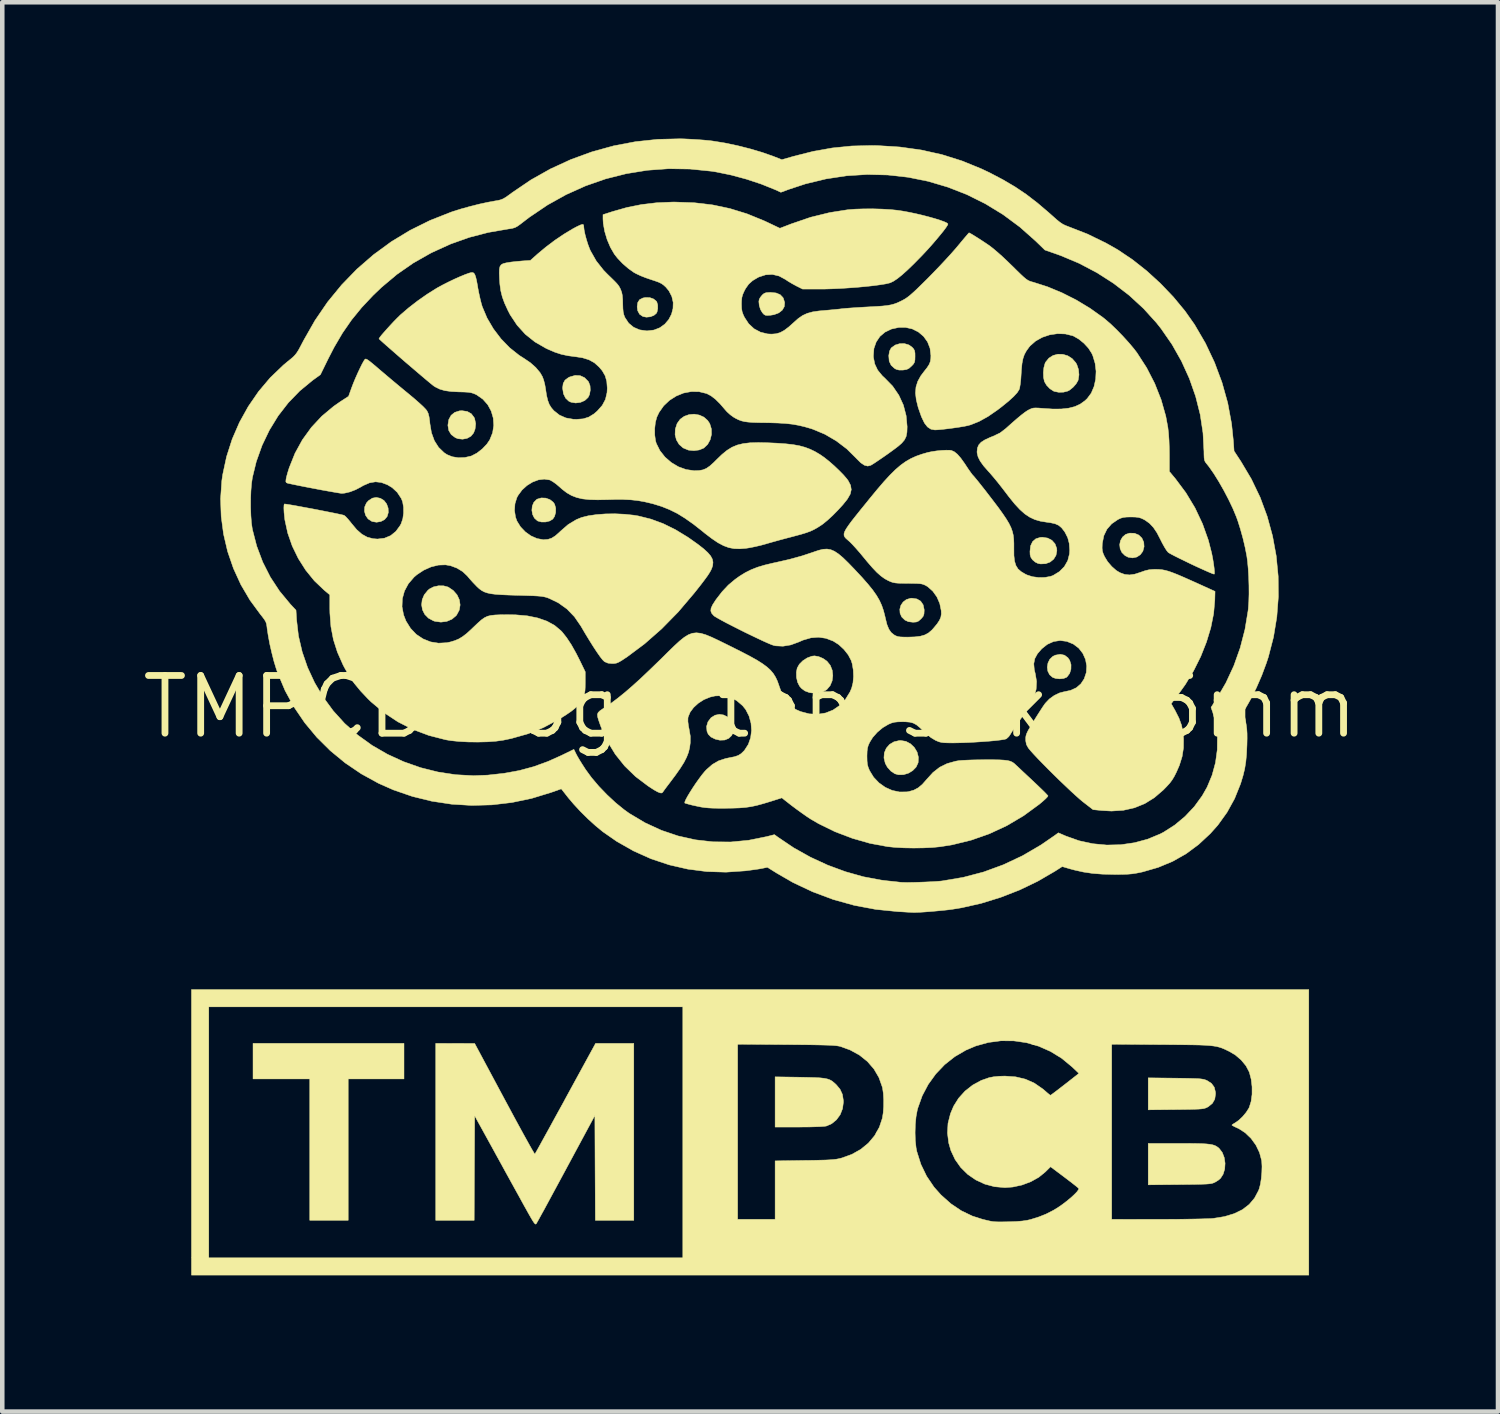
<source format=kicad_pcb>
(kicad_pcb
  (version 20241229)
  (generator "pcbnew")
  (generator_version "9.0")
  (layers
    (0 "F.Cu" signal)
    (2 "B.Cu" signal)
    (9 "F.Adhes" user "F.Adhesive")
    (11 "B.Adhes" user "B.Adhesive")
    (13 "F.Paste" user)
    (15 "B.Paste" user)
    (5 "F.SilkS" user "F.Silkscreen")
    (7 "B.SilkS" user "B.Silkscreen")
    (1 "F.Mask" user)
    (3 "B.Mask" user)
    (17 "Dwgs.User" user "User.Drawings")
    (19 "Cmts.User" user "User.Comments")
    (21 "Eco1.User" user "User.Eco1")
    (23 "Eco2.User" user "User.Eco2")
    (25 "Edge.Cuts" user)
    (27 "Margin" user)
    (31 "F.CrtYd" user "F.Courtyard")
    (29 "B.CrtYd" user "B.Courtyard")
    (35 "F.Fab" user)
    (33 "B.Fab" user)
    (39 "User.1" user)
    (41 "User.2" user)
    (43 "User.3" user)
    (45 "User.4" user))
  (footprint "TMPCB Logo top silk 25mm"
    (layer "F.Cu")
    (at 13.463 12.51)
    (property "Reference" "TMPCB Logo top silk 25mm" (at 0 0 0) (layer "F.SilkS") (effects (font (size 1.27 1.27) (thickness 0.15))))
    (attr through_hole)
    (fp_poly (pts (xy -7.62 8.191) (xy -8.848 8.191) (xy -8.848 11.303) (xy -9.694 11.303) (xy -9.694 8.191) (xy -10.943 8.191) (xy -10.943 7.408) (xy -7.62 7.408) (xy -7.62 8.191)) (stroke (width 0.01) (type solid)) (fill yes) (layer "F.SilkS"))
    (fp_poly (pts (xy 8.462 -3.821) (xy 8.555 -3.782) (xy 8.624 -3.715) (xy 8.665 -3.624) (xy 8.672 -3.526) (xy 8.645 -3.425) (xy 8.588 -3.348) (xy 8.51 -3.298) (xy 8.419 -3.279) (xy 8.322 -3.294) (xy 8.254 -3.329) (xy 8.184 -3.397) (xy 8.145 -3.481) (xy 8.135 -3.572) (xy 8.153 -3.66) (xy 8.198 -3.738) (xy 8.266 -3.796) (xy 8.353 -3.824) (xy 8.462 -3.821)) (stroke (width 0.01) (type solid)) (fill yes) (layer "F.SilkS"))
    (fp_poly (pts (xy -8.14 -4.591) (xy -8.061 -4.543) (xy -8.002 -4.467) (xy -7.969 -4.375) (xy -7.965 -4.277) (xy -7.991 -4.19) (xy -8.047 -4.123) (xy -8.129 -4.08) (xy -8.224 -4.064) (xy -8.318 -4.08) (xy -8.329 -4.084) (xy -8.411 -4.138) (xy -8.465 -4.216) (xy -8.49 -4.307) (xy -8.485 -4.4) (xy -8.447 -4.487) (xy -8.401 -4.539) (xy -8.316 -4.594) (xy -8.231 -4.61) (xy -8.14 -4.591)) (stroke (width 0.01) (type solid)) (fill yes) (layer "F.SilkS"))
    (fp_poly (pts (xy -2.207 -9.008) (xy -2.124 -8.978) (xy -2.064 -8.928) (xy -2.054 -8.912) (xy -2.035 -8.847) (xy -2.034 -8.767) (xy -2.049 -8.693) (xy -2.064 -8.663) (xy -2.119 -8.617) (xy -2.197 -8.587) (xy -2.284 -8.578) (xy -2.36 -8.593) (xy -2.434 -8.643) (xy -2.476 -8.722) (xy -2.487 -8.807) (xy -2.474 -8.9) (xy -2.433 -8.964) (xy -2.361 -9) (xy -2.302 -9.011) (xy -2.207 -9.008)) (stroke (width 0.01) (type solid)) (fill yes) (layer "F.SilkS"))
    (fp_poly (pts (xy -0.583 0.179) (xy -0.496 0.223) (xy -0.425 0.293) (xy -0.378 0.385) (xy -0.366 0.439) (xy -0.37 0.545) (xy -0.406 0.631) (xy -0.472 0.694) (xy -0.56 0.73) (xy -0.666 0.734) (xy -0.769 0.71) (xy -0.863 0.664) (xy -0.922 0.603) (xy -0.95 0.538) (xy -0.959 0.431) (xy -0.928 0.329) (xy -0.861 0.24) (xy -0.859 0.238) (xy -0.772 0.184) (xy -0.677 0.165) (xy -0.583 0.179)) (stroke (width 0.01) (type solid)) (fill yes) (layer "F.SilkS"))
    (fp_poly (pts (xy 6.921 -1.137) (xy 6.996 -1.08) (xy 7.035 -1.022) (xy 7.064 -0.928) (xy 7.062 -0.828) (xy 7.033 -0.735) (xy 6.978 -0.662) (xy 6.961 -0.648) (xy 6.898 -0.624) (xy 6.813 -0.616) (xy 6.727 -0.625) (xy 6.662 -0.647) (xy 6.593 -0.706) (xy 6.553 -0.785) (xy 6.541 -0.874) (xy 6.556 -0.965) (xy 6.596 -1.047) (xy 6.662 -1.11) (xy 6.719 -1.138) (xy 6.828 -1.157) (xy 6.921 -1.137)) (stroke (width 0.01) (type solid)) (fill yes) (layer "F.SilkS"))
    (fp_poly (pts (xy -6.227 -6.502) (xy -6.138 -6.452) (xy -6.076 -6.37) (xy -6.065 -6.346) (xy -6.042 -6.234) (xy -6.055 -6.115) (xy -6.087 -6.03) (xy -6.146 -5.958) (xy -6.23 -5.911) (xy -6.329 -5.892) (xy -6.431 -5.903) (xy -6.488 -5.925) (xy -6.579 -5.992) (xy -6.634 -6.083) (xy -6.653 -6.195) (xy -6.653 -6.203) (xy -6.634 -6.323) (xy -6.583 -6.417) (xy -6.503 -6.482) (xy -6.397 -6.516) (xy -6.342 -6.519) (xy -6.227 -6.502)) (stroke (width 0.01) (type solid)) (fill yes) (layer "F.SilkS"))
    (fp_poly (pts (xy -4.5 -4.595) (xy -4.408 -4.562) (xy -4.334 -4.504) (xy -4.305 -4.462) (xy -4.28 -4.376) (xy -4.281 -4.28) (xy -4.306 -4.191) (xy -4.345 -4.133) (xy -4.412 -4.092) (xy -4.5 -4.07) (xy -4.593 -4.069) (xy -4.674 -4.091) (xy -4.683 -4.096) (xy -4.749 -4.155) (xy -4.789 -4.235) (xy -4.805 -4.328) (xy -4.796 -4.42) (xy -4.761 -4.503) (xy -4.701 -4.564) (xy -4.688 -4.572) (xy -4.598 -4.599) (xy -4.5 -4.595)) (stroke (width 0.01) (type solid)) (fill yes) (layer "F.SilkS"))
    (fp_poly (pts (xy -3.743 -7.291) (xy -3.646 -7.247) (xy -3.566 -7.166) (xy -3.555 -7.149) (xy -3.524 -7.067) (xy -3.519 -6.97) (xy -3.536 -6.874) (xy -3.568 -6.81) (xy -3.641 -6.743) (xy -3.736 -6.702) (xy -3.841 -6.689) (xy -3.943 -6.706) (xy -3.992 -6.729) (xy -4.062 -6.795) (xy -4.109 -6.891) (xy -4.127 -7.008) (xy -4.128 -7.021) (xy -4.115 -7.12) (xy -4.075 -7.192) (xy -4 -7.248) (xy -3.971 -7.262) (xy -3.853 -7.296) (xy -3.743 -7.291)) (stroke (width 0.01) (type solid)) (fill yes) (layer "F.SilkS"))
    (fp_poly (pts (xy 6.55 -3.715) (xy 6.644 -3.665) (xy 6.712 -3.588) (xy 6.748 -3.49) (xy 6.752 -3.437) (xy 6.733 -3.335) (xy 6.681 -3.25) (xy 6.602 -3.187) (xy 6.504 -3.151) (xy 6.394 -3.146) (xy 6.336 -3.157) (xy 6.277 -3.186) (xy 6.221 -3.233) (xy 6.214 -3.24) (xy 6.18 -3.291) (xy 6.163 -3.348) (xy 6.16 -3.421) (xy 6.174 -3.544) (xy 6.218 -3.638) (xy 6.29 -3.7) (xy 6.387 -3.73) (xy 6.435 -3.733) (xy 6.55 -3.715)) (stroke (width 0.01) (type solid)) (fill yes) (layer "F.SilkS"))
    (fp_poly (pts (xy 3.429 0.76) (xy 3.531 0.814) (xy 3.615 0.895) (xy 3.675 0.995) (xy 3.704 1.107) (xy 3.699 1.224) (xy 3.696 1.235) (xy 3.653 1.327) (xy 3.578 1.404) (xy 3.483 1.461) (xy 3.376 1.493) (xy 3.268 1.495) (xy 3.186 1.473) (xy 3.098 1.414) (xy 3.021 1.328) (xy 2.975 1.244) (xy 2.946 1.125) (xy 2.954 1.012) (xy 2.997 0.911) (xy 3.068 0.828) (xy 3.165 0.77) (xy 3.283 0.742) (xy 3.314 0.741) (xy 3.429 0.76)) (stroke (width 0.01) (type solid)) (fill yes) (layer "F.SilkS"))
    (fp_poly (pts (xy 3.672 -2.375) (xy 3.754 -2.326) (xy 3.808 -2.247) (xy 3.831 -2.14) (xy 3.831 -2.115) (xy 3.827 -2.044) (xy 3.81 -1.995) (xy 3.772 -1.948) (xy 3.759 -1.935) (xy 3.708 -1.889) (xy 3.659 -1.868) (xy 3.592 -1.863) (xy 3.582 -1.863) (xy 3.483 -1.875) (xy 3.406 -1.911) (xy 3.336 -1.979) (xy 3.3 -2.061) (xy 3.295 -2.149) (xy 3.318 -2.234) (xy 3.367 -2.307) (xy 3.439 -2.362) (xy 3.531 -2.39) (xy 3.562 -2.392) (xy 3.672 -2.375)) (stroke (width 0.01) (type solid)) (fill yes) (layer "F.SilkS"))
    (fp_poly (pts (xy -1.122 -6.424) (xy -1.019 -6.378) (xy -0.935 -6.304) (xy -0.888 -6.232) (xy -0.853 -6.117) (xy -0.851 -5.996) (xy -0.88 -5.879) (xy -0.936 -5.777) (xy -1.018 -5.699) (xy -1.025 -5.695) (xy -1.122 -5.655) (xy -1.238 -5.64) (xy -1.354 -5.651) (xy -1.362 -5.653) (xy -1.475 -5.7) (xy -1.563 -5.777) (xy -1.623 -5.877) (xy -1.652 -5.991) (xy -1.647 -6.115) (xy -1.607 -6.238) (xy -1.54 -6.331) (xy -1.45 -6.396) (xy -1.345 -6.433) (xy -1.233 -6.443) (xy -1.122 -6.424)) (stroke (width 0.01) (type solid)) (fill yes) (layer "F.SilkS"))
    (fp_poly (pts (xy -6.748 -2.664) (xy -6.651 -2.638) (xy -6.644 -2.635) (xy -6.533 -2.559) (xy -6.451 -2.464) (xy -6.401 -2.356) (xy -6.384 -2.243) (xy -6.403 -2.13) (xy -6.459 -2.025) (xy -6.471 -2.009) (xy -6.564 -1.93) (xy -6.679 -1.881) (xy -6.807 -1.865) (xy -6.939 -1.883) (xy -6.972 -1.894) (xy -7.082 -1.953) (xy -7.163 -2.036) (xy -7.213 -2.136) (xy -7.232 -2.246) (xy -7.219 -2.359) (xy -7.173 -2.468) (xy -7.094 -2.565) (xy -7.058 -2.595) (xy -6.969 -2.641) (xy -6.86 -2.665) (xy -6.748 -2.664)) (stroke (width 0.01) (type solid)) (fill yes) (layer "F.SilkS"))
    (fp_poly (pts (xy 0.571 -9.111) (xy 0.662 -9.073) (xy 0.722 -9.01) (xy 0.73 -8.997) (xy 0.76 -8.9) (xy 0.752 -8.811) (xy 0.708 -8.734) (xy 0.631 -8.673) (xy 0.526 -8.633) (xy 0.45 -8.621) (xy 0.379 -8.616) (xy 0.335 -8.621) (xy 0.304 -8.639) (xy 0.27 -8.676) (xy 0.228 -8.747) (xy 0.201 -8.834) (xy 0.192 -8.921) (xy 0.2 -8.97) (xy 0.224 -9.014) (xy 0.264 -9.063) (xy 0.268 -9.068) (xy 0.307 -9.1) (xy 0.351 -9.117) (xy 0.416 -9.122) (xy 0.448 -9.123) (xy 0.571 -9.111)) (stroke (width 0.01) (type solid)) (fill yes) (layer "F.SilkS"))
    (fp_poly (pts (xy 1.508 -1.106) (xy 1.605 -1.065) (xy 1.689 -1.006) (xy 1.691 -1.005) (xy 1.764 -0.914) (xy 1.807 -0.805) (xy 1.82 -0.688) (xy 1.805 -0.572) (xy 1.761 -0.467) (xy 1.689 -0.382) (xy 1.664 -0.364) (xy 1.584 -0.328) (xy 1.482 -0.307) (xy 1.375 -0.304) (xy 1.302 -0.315) (xy 1.205 -0.351) (xy 1.13 -0.407) (xy 1.087 -0.457) (xy 1.044 -0.543) (xy 1.02 -0.65) (xy 1.018 -0.763) (xy 1.036 -0.854) (xy 1.083 -0.938) (xy 1.161 -1.016) (xy 1.256 -1.077) (xy 1.358 -1.115) (xy 1.418 -1.122) (xy 1.508 -1.106)) (stroke (width 0.01) (type solid)) (fill yes) (layer "F.SilkS"))
    (fp_poly (pts (xy 1.095 8.153) (xy 1.278 8.157) (xy 1.424 8.161) (xy 1.539 8.167) (xy 1.628 8.177) (xy 1.698 8.191) (xy 1.753 8.21) (xy 1.8 8.236) (xy 1.844 8.271) (xy 1.891 8.314) (xy 1.892 8.314) (xy 1.979 8.418) (xy 2.031 8.531) (xy 2.052 8.665) (xy 2.053 8.701) (xy 2.034 8.846) (xy 1.982 8.978) (xy 1.9 9.09) (xy 1.794 9.177) (xy 1.677 9.228) (xy 1.633 9.234) (xy 1.553 9.24) (xy 1.444 9.244) (xy 1.311 9.248) (xy 1.163 9.249) (xy 1.074 9.25) (xy 0.55 9.25) (xy 0.55 8.145) (xy 1.095 8.153)) (stroke (width 0.01) (type solid)) (fill yes) (layer "F.SilkS"))
    (fp_poly (pts (xy 3.496 -7.966) (xy 3.564 -7.918) (xy 3.6 -7.878) (xy 3.62 -7.839) (xy 3.629 -7.787) (xy 3.63 -7.715) (xy 3.628 -7.639) (xy 3.619 -7.589) (xy 3.597 -7.549) (xy 3.557 -7.505) (xy 3.552 -7.501) (xy 3.497 -7.452) (xy 3.443 -7.426) (xy 3.372 -7.415) (xy 3.362 -7.414) (xy 3.278 -7.414) (xy 3.216 -7.43) (xy 3.181 -7.449) (xy 3.104 -7.519) (xy 3.061 -7.61) (xy 3.052 -7.727) (xy 3.053 -7.74) (xy 3.069 -7.832) (xy 3.103 -7.896) (xy 3.111 -7.905) (xy 3.194 -7.965) (xy 3.293 -7.995) (xy 3.398 -7.996) (xy 3.496 -7.966)) (stroke (width 0.01) (type solid)) (fill yes) (layer "F.SilkS"))
    (fp_poly (pts (xy 6.884 -7.76) (xy 6.992 -7.728) (xy 7.089 -7.666) (xy 7.168 -7.576) (xy 7.191 -7.536) (xy 7.228 -7.427) (xy 7.239 -7.309) (xy 7.222 -7.199) (xy 7.217 -7.182) (xy 7.174 -7.108) (xy 7.107 -7.033) (xy 7.031 -6.972) (xy 6.991 -6.951) (xy 6.897 -6.927) (xy 6.79 -6.925) (xy 6.693 -6.945) (xy 6.678 -6.952) (xy 6.598 -7.004) (xy 6.526 -7.079) (xy 6.478 -7.161) (xy 6.478 -7.161) (xy 6.459 -7.25) (xy 6.455 -7.358) (xy 6.466 -7.467) (xy 6.491 -7.559) (xy 6.504 -7.588) (xy 6.577 -7.677) (xy 6.669 -7.735) (xy 6.774 -7.763) (xy 6.884 -7.76)) (stroke (width 0.01) (type solid)) (fill yes) (layer "F.SilkS"))
    (fp_poly (pts (xy 9.361 8.174) (xy 9.537 8.176) (xy 9.676 8.179) (xy 9.784 8.182) (xy 9.866 8.185) (xy 9.927 8.191) (xy 9.973 8.198) (xy 10.009 8.207) (xy 10.04 8.219) (xy 10.059 8.227) (xy 10.156 8.29) (xy 10.217 8.374) (xy 10.243 8.481) (xy 10.245 8.52) (xy 10.228 8.636) (xy 10.176 8.728) (xy 10.088 8.8) (xy 10.071 8.81) (xy 10.043 8.824) (xy 10.015 8.835) (xy 9.98 8.844) (xy 9.935 8.85) (xy 9.873 8.855) (xy 9.79 8.858) (xy 9.68 8.861) (xy 9.538 8.863) (xy 9.372 8.865) (xy 8.763 8.871) (xy 8.763 8.167) (xy 9.361 8.174)) (stroke (width 0.01) (type solid)) (fill yes) (layer "F.SilkS"))
    (fp_poly (pts (xy 9.632 9.61) (xy 9.798 9.612) (xy 9.932 9.615) (xy 10.038 9.621) (xy 10.121 9.63) (xy 10.184 9.642) (xy 10.233 9.658) (xy 10.273 9.68) (xy 10.309 9.706) (xy 10.326 9.722) (xy 10.394 9.811) (xy 10.437 9.924) (xy 10.455 10.048) (xy 10.447 10.174) (xy 10.412 10.289) (xy 10.355 10.378) (xy 10.314 10.414) (xy 10.254 10.453) (xy 10.234 10.464) (xy 10.209 10.476) (xy 10.182 10.486) (xy 10.149 10.494) (xy 10.104 10.5) (xy 10.043 10.505) (xy 9.961 10.508) (xy 9.853 10.511) (xy 9.715 10.513) (xy 9.541 10.515) (xy 9.456 10.516) (xy 8.763 10.522) (xy 8.763 9.61) (xy 9.427 9.61) (xy 9.632 9.61)) (stroke (width 0.01) (type solid)) (fill yes) (layer "F.SilkS"))
    (fp_poly (pts (xy -2.561 11.303) (xy -3.407 11.303) (xy -3.413 10.149) (xy -3.418 8.995) (xy -4.05 10.169) (xy -4.161 10.375) (xy -4.267 10.571) (xy -4.366 10.754) (xy -4.455 10.919) (xy -4.534 11.065) (xy -4.601 11.186) (xy -4.653 11.281) (xy -4.689 11.345) (xy -4.707 11.377) (xy -4.708 11.378) (xy -4.719 11.387) (xy -4.733 11.382) (xy -4.754 11.36) (xy -4.784 11.316) (xy -4.825 11.247) (xy -4.881 11.149) (xy -4.954 11.017) (xy -4.956 11.015) (xy -5.016 10.906) (xy -5.092 10.767) (xy -5.182 10.605) (xy -5.281 10.425) (xy -5.386 10.235) (xy -5.492 10.041) (xy -5.597 9.851) (xy -5.62 9.808) (xy -6.064 9.002) (xy -6.07 10.152) (xy -6.075 11.303) (xy -6.921 11.303) (xy -6.921 7.408) (xy -6.493 7.409) (xy -6.064 7.41) (xy -5.408 8.635) (xy -5.295 8.845) (xy -5.189 9.042) (xy -5.089 9.226) (xy -4.999 9.391) (xy -4.919 9.535) (xy -4.852 9.656) (xy -4.799 9.75) (xy -4.761 9.813) (xy -4.741 9.844) (xy -4.739 9.846) (xy -4.727 9.825) (xy -4.696 9.771) (xy -4.648 9.685) (xy -4.586 9.572) (xy -4.51 9.434) (xy -4.422 9.275) (xy -4.325 9.097) (xy -4.219 8.904) (xy -4.106 8.699) (xy -4.064 8.62) (xy -3.402 7.408) (xy -2.561 7.408) (xy -2.561 11.303)) (stroke (width 0.01) (type solid)) (fill yes) (layer "F.SilkS"))
    (fp_poly (pts (xy 12.298 12.509) (xy -12.298 12.509) (xy -12.298 6.604) (xy -11.917 6.604) (xy -11.917 12.129) (xy -1.482 12.129) (xy -1.482 11.282) (xy -0.275 11.282) (xy 0.55 11.282) (xy 0.55 9.995) (xy 1.201 9.985) (xy 1.389 9.983) (xy 1.541 9.979) (xy 1.662 9.976) (xy 1.757 9.971) (xy 1.833 9.965) (xy 1.895 9.958) (xy 1.948 9.948) (xy 1.999 9.936) (xy 2.017 9.931) (xy 2.239 9.851) (xy 2.435 9.741) (xy 2.603 9.603) (xy 2.74 9.44) (xy 2.777 9.373) (xy 3.631 9.373) (xy 3.636 9.548) (xy 3.653 9.704) (xy 3.669 9.787) (xy 3.759 10.071) (xy 3.886 10.333) (xy 4.048 10.572) (xy 4.201 10.744) (xy 4.419 10.938) (xy 4.648 11.092) (xy 4.891 11.209) (xy 5.113 11.28) (xy 5.207 11.303) (xy 5.281 11.32) (xy 5.344 11.331) (xy 5.408 11.336) (xy 5.483 11.338) (xy 5.58 11.337) (xy 5.704 11.335) (xy 5.866 11.329) (xy 5.994 11.318) (xy 6.098 11.303) (xy 6.17 11.286) (xy 6.184 11.282) (xy 7.959 11.282) (xy 8.98 11.281) (xy 9.192 11.281) (xy 9.396 11.28) (xy 9.589 11.278) (xy 9.765 11.275) (xy 9.919 11.272) (xy 10.045 11.268) (xy 10.139 11.265) (xy 10.192 11.261) (xy 10.441 11.221) (xy 10.656 11.156) (xy 10.837 11.068) (xy 10.986 10.953) (xy 11.104 10.813) (xy 11.192 10.647) (xy 11.208 10.604) (xy 11.233 10.507) (xy 11.252 10.384) (xy 11.264 10.249) (xy 11.268 10.117) (xy 11.262 10.005) (xy 11.259 9.984) (xy 11.213 9.812) (xy 11.134 9.648) (xy 11.027 9.5) (xy 10.898 9.376) (xy 10.754 9.283) (xy 10.724 9.27) (xy 10.662 9.241) (xy 10.619 9.218) (xy 10.605 9.207) (xy 10.621 9.191) (xy 10.663 9.165) (xy 10.679 9.156) (xy 10.758 9.1) (xy 10.842 9.02) (xy 10.919 8.928) (xy 10.976 8.839) (xy 10.987 8.817) (xy 11.028 8.686) (xy 11.049 8.531) (xy 11.049 8.364) (xy 11.03 8.2) (xy 10.991 8.051) (xy 10.986 8.037) (xy 10.915 7.902) (xy 10.81 7.775) (xy 10.681 7.664) (xy 10.555 7.589) (xy 10.491 7.558) (xy 10.434 7.531) (xy 10.38 7.509) (xy 10.324 7.491) (xy 10.264 7.476) (xy 10.194 7.465) (xy 10.111 7.456) (xy 10.011 7.449) (xy 9.89 7.444) (xy 9.743 7.441) (xy 9.567 7.439) (xy 9.357 7.437) (xy 9.11 7.435) (xy 9.054 7.435) (xy 7.959 7.427) (xy 7.959 11.282) (xy 6.184 11.282) (xy 6.354 11.229) (xy 6.515 11.165) (xy 6.671 11.085) (xy 6.677 11.082) (xy 6.771 11.025) (xy 6.871 10.956) (xy 6.968 10.882) (xy 7.059 10.807) (xy 7.136 10.736) (xy 7.195 10.675) (xy 7.229 10.628) (xy 7.235 10.603) (xy 7.216 10.585) (xy 7.17 10.547) (xy 7.1 10.492) (xy 7.013 10.425) (xy 6.921 10.355) (xy 6.613 10.124) (xy 6.498 10.238) (xy 6.353 10.356) (xy 6.179 10.453) (xy 5.985 10.526) (xy 5.782 10.57) (xy 5.609 10.583) (xy 5.381 10.563) (xy 5.166 10.506) (xy 4.968 10.414) (xy 4.79 10.292) (xy 4.637 10.141) (xy 4.512 9.965) (xy 4.419 9.766) (xy 4.371 9.599) (xy 4.344 9.38) (xy 4.356 9.167) (xy 4.41 8.955) (xy 4.48 8.789) (xy 4.589 8.615) (xy 4.731 8.458) (xy 4.899 8.326) (xy 5.086 8.224) (xy 5.263 8.162) (xy 5.359 8.144) (xy 5.48 8.132) (xy 5.609 8.128) (xy 5.846 8.145) (xy 6.06 8.196) (xy 6.256 8.283) (xy 6.437 8.408) (xy 6.483 8.446) (xy 6.541 8.497) (xy 6.586 8.534) (xy 6.61 8.551) (xy 6.611 8.551) (xy 6.63 8.539) (xy 6.677 8.504) (xy 6.746 8.452) (xy 6.833 8.385) (xy 6.93 8.31) (xy 7.238 8.069) (xy 7.085 7.924) (xy 6.859 7.737) (xy 6.613 7.586) (xy 6.353 7.471) (xy 6.082 7.393) (xy 5.804 7.353) (xy 5.523 7.351) (xy 5.243 7.388) (xy 4.967 7.465) (xy 4.752 7.556) (xy 4.505 7.7) (xy 4.282 7.876) (xy 4.086 8.082) (xy 3.92 8.312) (xy 3.788 8.562) (xy 3.692 8.83) (xy 3.679 8.879) (xy 3.652 9.025) (xy 3.636 9.195) (xy 3.631 9.373) (xy 2.777 9.373) (xy 2.844 9.254) (xy 2.91 9.057) (xy 2.929 8.939) (xy 2.939 8.798) (xy 2.94 8.65) (xy 2.932 8.509) (xy 2.915 8.391) (xy 2.91 8.371) (xy 2.835 8.16) (xy 2.725 7.972) (xy 2.581 7.806) (xy 2.406 7.666) (xy 2.202 7.554) (xy 2 7.48) (xy 1.967 7.471) (xy 1.929 7.464) (xy 1.882 7.458) (xy 1.822 7.453) (xy 1.744 7.449) (xy 1.647 7.446) (xy 1.525 7.443) (xy 1.374 7.44) (xy 1.192 7.438) (xy 0.973 7.436) (xy 0.799 7.435) (xy -0.275 7.427) (xy -0.275 11.282) (xy -1.482 11.282) (xy -1.482 6.604) (xy -11.917 6.604) (xy -12.298 6.604) (xy -12.298 6.223) (xy 12.298 6.223) (xy 12.298 12.509)) (stroke (width 0.01) (type solid)) (fill yes) (layer "F.SilkS"))
    (fp_poly (pts (xy -1.463 -12.503) (xy -1.316 -12.496) (xy -1.162 -12.487) (xy -1.016 -12.476) (xy -0.89 -12.464) (xy -0.826 -12.456) (xy -0.559 -12.413) (xy -0.278 -12.354) (xy 0.002 -12.283) (xy 0.269 -12.204) (xy 0.508 -12.12) (xy 0.538 -12.108) (xy 0.698 -12.045) (xy 0.956 -12.119) (xy 1.388 -12.228) (xy 1.809 -12.303) (xy 2.231 -12.346) (xy 2.667 -12.357) (xy 2.805 -12.355) (xy 3.297 -12.324) (xy 3.768 -12.258) (xy 4.222 -12.157) (xy 4.661 -12.019) (xy 5.09 -11.844) (xy 5.274 -11.757) (xy 5.567 -11.603) (xy 5.832 -11.447) (xy 6.08 -11.28) (xy 6.322 -11.094) (xy 6.571 -10.882) (xy 6.651 -10.811) (xy 6.744 -10.728) (xy 6.817 -10.669) (xy 6.879 -10.627) (xy 6.94 -10.597) (xy 7 -10.574) (xy 7.421 -10.41) (xy 7.832 -10.21) (xy 8.096 -10.06) (xy 8.416 -9.845) (xy 8.73 -9.597) (xy 9.033 -9.32) (xy 9.316 -9.024) (xy 9.571 -8.716) (xy 9.784 -8.414) (xy 10.022 -8.006) (xy 10.223 -7.581) (xy 10.387 -7.141) (xy 10.513 -6.691) (xy 10.598 -6.233) (xy 10.637 -5.858) (xy 10.653 -5.631) (xy 10.806 -5.398) (xy 11.034 -5.014) (xy 11.227 -4.612) (xy 11.382 -4.193) (xy 11.5 -3.762) (xy 11.581 -3.321) (xy 11.624 -2.875) (xy 11.628 -2.427) (xy 11.594 -1.979) (xy 11.521 -1.535) (xy 11.408 -1.098) (xy 11.364 -0.964) (xy 11.262 -0.69) (xy 11.145 -0.421) (xy 11.02 -0.171) (xy 10.97 -0.082) (xy 10.864 0.102) (xy 10.906 0.31) (xy 10.922 0.404) (xy 10.933 0.491) (xy 10.939 0.584) (xy 10.94 0.694) (xy 10.937 0.833) (xy 10.936 0.857) (xy 10.927 1.049) (xy 10.911 1.213) (xy 10.887 1.363) (xy 10.851 1.512) (xy 10.802 1.675) (xy 10.792 1.704) (xy 10.664 2.022) (xy 10.498 2.323) (xy 10.296 2.604) (xy 10.129 2.791) (xy 9.87 3.032) (xy 9.594 3.236) (xy 9.3 3.402) (xy 8.983 3.534) (xy 8.641 3.633) (xy 8.587 3.645) (xy 8.494 3.663) (xy 8.407 3.676) (xy 8.314 3.684) (xy 8.205 3.688) (xy 8.069 3.69) (xy 8.001 3.689) (xy 7.754 3.683) (xy 7.536 3.666) (xy 7.335 3.636) (xy 7.138 3.592) (xy 7.041 3.566) (xy 6.87 3.516) (xy 6.704 3.622) (xy 6.331 3.839) (xy 5.932 4.031) (xy 5.513 4.194) (xy 5.085 4.326) (xy 4.655 4.423) (xy 4.466 4.454) (xy 4.364 4.468) (xy 4.241 4.481) (xy 4.105 4.494) (xy 3.968 4.506) (xy 3.837 4.516) (xy 3.723 4.523) (xy 3.634 4.526) (xy 3.588 4.526) (xy 3.543 4.524) (xy 3.466 4.52) (xy 3.368 4.514) (xy 3.258 4.508) (xy 3.246 4.507) (xy 2.767 4.459) (xy 2.293 4.37) (xy 1.829 4.241) (xy 1.378 4.072) (xy 0.943 3.867) (xy 0.585 3.66) (xy 0.38 3.532) (xy 0.27 3.555) (xy 0.205 3.567) (xy 0.111 3.581) (xy 0.001 3.596) (xy -0.105 3.61) (xy -0.531 3.639) (xy -0.955 3.626) (xy -1.373 3.572) (xy -1.782 3.478) (xy -2.181 3.345) (xy -2.567 3.172) (xy -2.938 2.961) (xy -3.243 2.749) (xy -3.4 2.62) (xy -3.568 2.468) (xy -3.735 2.303) (xy -3.888 2.137) (xy -4 2.005) (xy -4.157 1.805) (xy -4.381 1.884) (xy -4.809 2.015) (xy -5.245 2.106) (xy -5.687 2.158) (xy -6.13 2.17) (xy -6.571 2.143) (xy -7.008 2.077) (xy -7.435 1.972) (xy -7.851 1.829) (xy -8.181 1.683) (xy -8.561 1.474) (xy -8.915 1.234) (xy -9.242 0.965) (xy -9.539 0.67) (xy -9.805 0.35) (xy -10.038 0.008) (xy -10.236 -0.355) (xy -10.397 -0.736) (xy -10.433 -0.841) (xy -10.482 -1.001) (xy -10.529 -1.185) (xy -10.573 -1.377) (xy -10.608 -1.563) (xy -10.633 -1.727) (xy -10.636 -1.758) (xy -10.645 -1.818) (xy -10.661 -1.868) (xy -10.691 -1.92) (xy -10.739 -1.985) (xy -10.778 -2.033) (xy -11.011 -2.35) (xy -11.21 -2.689) (xy -11.374 -3.047) (xy -11.502 -3.419) (xy -11.592 -3.803) (xy -11.644 -4.193) (xy -11.651 -4.389) (xy -10.996 -4.389) (xy -10.99 -4.21) (xy -10.978 -4.048) (xy -10.959 -3.916) (xy -10.957 -3.906) (xy -10.862 -3.539) (xy -10.73 -3.188) (xy -10.562 -2.856) (xy -10.359 -2.547) (xy -10.123 -2.262) (xy -9.997 -2.127) (xy -9.984 -1.914) (xy -9.943 -1.562) (xy -9.861 -1.211) (xy -9.742 -0.866) (xy -9.587 -0.532) (xy -9.398 -0.213) (xy -9.178 0.087) (xy -8.928 0.363) (xy -8.925 0.366) (xy -8.638 0.621) (xy -8.323 0.848) (xy -7.984 1.044) (xy -7.626 1.208) (xy -7.253 1.339) (xy -6.87 1.435) (xy -6.48 1.494) (xy -6.089 1.515) (xy -5.779 1.503) (xy -5.416 1.463) (xy -5.081 1.402) (xy -4.763 1.316) (xy -4.452 1.203) (xy -4.157 1.071) (xy -3.88 0.936) (xy -3.832 1.034) (xy -3.803 1.089) (xy -3.756 1.169) (xy -3.697 1.264) (xy -3.633 1.363) (xy -3.625 1.376) (xy -3.492 1.558) (xy -3.331 1.748) (xy -3.151 1.935) (xy -2.962 2.111) (xy -2.774 2.264) (xy -2.658 2.347) (xy -2.314 2.552) (xy -1.956 2.717) (xy -1.586 2.842) (xy -1.206 2.927) (xy -0.82 2.971) (xy -0.428 2.975) (xy -0.033 2.937) (xy 0.362 2.857) (xy 0.362 2.857) (xy 0.535 2.813) (xy 0.612 2.869) (xy 0.957 3.102) (xy 1.325 3.308) (xy 1.708 3.485) (xy 2.099 3.629) (xy 2.493 3.74) (xy 2.882 3.813) (xy 3.016 3.83) (xy 3.116 3.84) (xy 3.207 3.85) (xy 3.278 3.858) (xy 3.302 3.861) (xy 3.364 3.865) (xy 3.459 3.866) (xy 3.578 3.865) (xy 3.711 3.861) (xy 3.849 3.856) (xy 3.983 3.85) (xy 4.104 3.843) (xy 4.202 3.835) (xy 4.233 3.831) (xy 4.692 3.753) (xy 5.14 3.635) (xy 5.574 3.476) (xy 5.997 3.277) (xy 6.407 3.037) (xy 6.71 2.828) (xy 6.785 2.773) (xy 6.954 2.846) (xy 7.242 2.948) (xy 7.543 3.013) (xy 7.85 3.042) (xy 8.158 3.035) (xy 8.461 2.991) (xy 8.753 2.912) (xy 9.029 2.797) (xy 9.102 2.759) (xy 9.347 2.602) (xy 9.575 2.412) (xy 9.779 2.195) (xy 9.952 1.957) (xy 10.06 1.767) (xy 10.169 1.505) (xy 10.244 1.229) (xy 10.283 0.946) (xy 10.286 0.663) (xy 10.254 0.386) (xy 10.186 0.128) (xy 10.146 0.012) (xy 10.27 -0.179) (xy 10.474 -0.53) (xy 10.648 -0.905) (xy 10.788 -1.299) (xy 10.893 -1.705) (xy 10.961 -2.115) (xy 10.967 -2.168) (xy 10.977 -2.311) (xy 10.982 -2.482) (xy 10.981 -2.669) (xy 10.975 -2.86) (xy 10.964 -3.043) (xy 10.949 -3.206) (xy 10.934 -3.315) (xy 10.897 -3.506) (xy 10.849 -3.71) (xy 10.793 -3.911) (xy 10.735 -4.095) (xy 10.704 -4.181) (xy 10.627 -4.366) (xy 10.533 -4.563) (xy 10.429 -4.762) (xy 10.319 -4.955) (xy 10.209 -5.132) (xy 10.103 -5.284) (xy 10.041 -5.362) (xy 10.017 -5.394) (xy 10.002 -5.43) (xy 9.994 -5.478) (xy 9.991 -5.551) (xy 9.99 -5.627) (xy 9.969 -6.029) (xy 9.908 -6.433) (xy 9.807 -6.834) (xy 9.669 -7.227) (xy 9.495 -7.61) (xy 9.287 -7.978) (xy 9.046 -8.326) (xy 8.942 -8.457) (xy 8.66 -8.768) (xy 8.345 -9.058) (xy 8.001 -9.322) (xy 7.632 -9.558) (xy 7.243 -9.763) (xy 6.839 -9.933) (xy 6.742 -9.968) (xy 6.489 -10.056) (xy 6.287 -10.252) (xy 5.938 -10.562) (xy 5.567 -10.837) (xy 5.177 -11.075) (xy 4.771 -11.277) (xy 4.351 -11.441) (xy 3.919 -11.569) (xy 3.478 -11.658) (xy 3.03 -11.708) (xy 2.578 -11.719) (xy 2.124 -11.691) (xy 1.671 -11.622) (xy 1.22 -11.513) (xy 0.852 -11.392) (xy 0.677 -11.327) (xy 0.545 -11.387) (xy 0.245 -11.508) (xy -0.081 -11.616) (xy -0.418 -11.707) (xy -0.75 -11.775) (xy -0.851 -11.791) (xy -1.324 -11.839) (xy -1.796 -11.846) (xy -2.264 -11.812) (xy -2.726 -11.737) (xy -3.179 -11.623) (xy -3.621 -11.469) (xy -4.049 -11.277) (xy -4.462 -11.047) (xy -4.857 -10.78) (xy -4.98 -10.686) (xy -5.063 -10.622) (xy -5.124 -10.579) (xy -5.174 -10.552) (xy -5.225 -10.536) (xy -5.288 -10.524) (xy -5.329 -10.519) (xy -5.766 -10.443) (xy -6.185 -10.334) (xy -6.593 -10.189) (xy -6.999 -10.004) (xy -7.033 -9.987) (xy -7.414 -9.771) (xy -7.774 -9.521) (xy -8.116 -9.234) (xy -8.298 -9.06) (xy -8.551 -8.791) (xy -8.774 -8.518) (xy -8.974 -8.229) (xy -9.158 -7.915) (xy -9.283 -7.673) (xy -9.46 -7.312) (xy -9.634 -7.186) (xy -9.913 -6.956) (xy -10.166 -6.695) (xy -10.39 -6.406) (xy -10.583 -6.091) (xy -10.744 -5.755) (xy -10.871 -5.4) (xy -10.957 -5.048) (xy -10.976 -4.916) (xy -10.989 -4.754) (xy -10.996 -4.574) (xy -10.996 -4.389) (xy -11.651 -4.389) (xy -11.657 -4.586) (xy -11.63 -4.978) (xy -11.61 -5.115) (xy -11.525 -5.51) (xy -11.402 -5.893) (xy -11.242 -6.262) (xy -11.047 -6.613) (xy -10.82 -6.943) (xy -10.563 -7.247) (xy -10.276 -7.522) (xy -10.172 -7.609) (xy -10.105 -7.663) (xy -10.053 -7.708) (xy -10.012 -7.752) (xy -9.975 -7.801) (xy -9.936 -7.864) (xy -9.891 -7.948) (xy -9.832 -8.061) (xy -9.825 -8.074) (xy -9.579 -8.506) (xy -9.302 -8.911) (xy -8.993 -9.288) (xy -8.656 -9.636) (xy -8.291 -9.953) (xy -7.9 -10.239) (xy -7.486 -10.49) (xy -7.048 -10.707) (xy -6.59 -10.888) (xy -6.545 -10.904) (xy -6.363 -10.961) (xy -6.164 -11.016) (xy -5.962 -11.067) (xy -5.772 -11.108) (xy -5.62 -11.136) (xy -5.548 -11.148) (xy -5.492 -11.162) (xy -5.441 -11.182) (xy -5.385 -11.214) (xy -5.315 -11.263) (xy -5.232 -11.324) (xy -4.825 -11.6) (xy -4.395 -11.842) (xy -3.947 -12.048) (xy -3.484 -12.217) (xy -3.008 -12.349) (xy -2.524 -12.441) (xy -2.035 -12.493) (xy -1.544 -12.505) (xy -1.463 -12.503)) (stroke (width 0.01) (type solid)) (fill yes) (layer "F.SilkS"))
    (fp_poly (pts (xy -1.227 -11.097) (xy -0.829 -11.05) (xy -0.445 -10.969) (xy -0.068 -10.853) (xy 0.309 -10.699) (xy 0.407 -10.653) (xy 0.655 -10.535) (xy 0.904 -10.631) (xy 1.33 -10.777) (xy 1.753 -10.881) (xy 2.148 -10.943) (xy 2.31 -10.956) (xy 2.5 -10.962) (xy 2.703 -10.963) (xy 2.906 -10.957) (xy 3.094 -10.946) (xy 3.232 -10.932) (xy 3.361 -10.913) (xy 3.502 -10.887) (xy 3.649 -10.856) (xy 3.798 -10.821) (xy 3.94 -10.784) (xy 4.071 -10.747) (xy 4.184 -10.711) (xy 4.273 -10.679) (xy 4.332 -10.651) (xy 4.355 -10.63) (xy 4.345 -10.604) (xy 4.311 -10.551) (xy 4.256 -10.477) (xy 4.183 -10.387) (xy 4.098 -10.285) (xy 4.005 -10.177) (xy 3.907 -10.067) (xy 3.808 -9.961) (xy 3.768 -9.919) (xy 3.604 -9.752) (xy 3.463 -9.616) (xy 3.344 -9.509) (xy 3.243 -9.428) (xy 3.158 -9.371) (xy 3.086 -9.336) (xy 3.065 -9.33) (xy 2.98 -9.31) (xy 2.86 -9.291) (xy 2.712 -9.271) (xy 2.543 -9.253) (xy 2.361 -9.236) (xy 2.171 -9.222) (xy 1.983 -9.21) (xy 1.801 -9.202) (xy 1.635 -9.197) (xy 1.577 -9.197) (xy 1.154 -9.197) (xy 1.016 -9.266) (xy 0.928 -9.314) (xy 0.837 -9.368) (xy 0.776 -9.409) (xy 0.637 -9.484) (xy 0.491 -9.519) (xy 0.342 -9.511) (xy 0.191 -9.462) (xy 0.171 -9.452) (xy 0.055 -9.383) (xy -0.031 -9.306) (xy -0.1 -9.209) (xy -0.126 -9.161) (xy -0.161 -9.083) (xy -0.181 -9.016) (xy -0.189 -8.939) (xy -0.191 -8.869) (xy -0.188 -8.774) (xy -0.177 -8.702) (xy -0.153 -8.634) (xy -0.126 -8.576) (xy -0.032 -8.433) (xy 0.086 -8.323) (xy 0.227 -8.248) (xy 0.386 -8.209) (xy 0.476 -8.205) (xy 0.573 -8.213) (xy 0.662 -8.239) (xy 0.752 -8.288) (xy 0.851 -8.363) (xy 0.955 -8.456) (xy 1.058 -8.548) (xy 1.155 -8.615) (xy 1.257 -8.662) (xy 1.373 -8.694) (xy 1.515 -8.715) (xy 1.598 -8.722) (xy 1.719 -8.733) (xy 1.848 -8.745) (xy 1.966 -8.757) (xy 2.014 -8.763) (xy 2.095 -8.771) (xy 2.208 -8.78) (xy 2.341 -8.789) (xy 2.485 -8.798) (xy 2.614 -8.805) (xy 2.78 -8.814) (xy 2.91 -8.823) (xy 3.014 -8.834) (xy 3.098 -8.849) (xy 3.17 -8.868) (xy 3.238 -8.893) (xy 3.309 -8.926) (xy 3.355 -8.949) (xy 3.405 -8.977) (xy 3.457 -9.011) (xy 3.514 -9.055) (xy 3.58 -9.113) (xy 3.662 -9.188) (xy 3.762 -9.286) (xy 3.887 -9.409) (xy 3.917 -9.439) (xy 4.042 -9.567) (xy 4.173 -9.703) (xy 4.301 -9.84) (xy 4.419 -9.969) (xy 4.519 -10.082) (xy 4.571 -10.144) (xy 4.649 -10.238) (xy 4.717 -10.319) (xy 4.771 -10.382) (xy 4.806 -10.423) (xy 4.819 -10.435) (xy 4.843 -10.424) (xy 4.895 -10.394) (xy 4.966 -10.35) (xy 5.05 -10.297) (xy 5.137 -10.24) (xy 5.221 -10.184) (xy 5.281 -10.142) (xy 5.349 -10.089) (xy 5.439 -10.013) (xy 5.543 -9.921) (xy 5.653 -9.818) (xy 5.761 -9.713) (xy 5.772 -9.703) (xy 5.878 -9.598) (xy 5.96 -9.518) (xy 6.023 -9.46) (xy 6.072 -9.419) (xy 6.113 -9.391) (xy 6.152 -9.372) (xy 6.193 -9.358) (xy 6.238 -9.346) (xy 6.547 -9.247) (xy 6.865 -9.115) (xy 7.18 -8.956) (xy 7.483 -8.773) (xy 7.764 -8.573) (xy 7.813 -8.534) (xy 7.934 -8.43) (xy 8.067 -8.302) (xy 8.204 -8.161) (xy 8.334 -8.018) (xy 8.448 -7.883) (xy 8.515 -7.795) (xy 8.728 -7.465) (xy 8.906 -7.119) (xy 9.047 -6.762) (xy 9.15 -6.399) (xy 9.196 -6.15) (xy 9.21 -6.026) (xy 9.221 -5.871) (xy 9.227 -5.697) (xy 9.229 -5.557) (xy 9.229 -5.181) (xy 9.363 -5.02) (xy 9.593 -4.712) (xy 9.793 -4.38) (xy 9.958 -4.03) (xy 10.087 -3.668) (xy 10.16 -3.383) (xy 10.183 -3.266) (xy 10.201 -3.155) (xy 10.214 -3.058) (xy 10.221 -2.982) (xy 10.221 -2.934) (xy 10.215 -2.921) (xy 10.184 -2.93) (xy 10.122 -2.955) (xy 10.035 -2.993) (xy 9.93 -3.04) (xy 9.812 -3.094) (xy 9.689 -3.152) (xy 9.568 -3.211) (xy 9.453 -3.267) (xy 9.353 -3.317) (xy 9.272 -3.359) (xy 9.219 -3.389) (xy 9.201 -3.402) (xy 9.166 -3.445) (xy 9.121 -3.517) (xy 9.072 -3.605) (xy 9.036 -3.677) (xy 8.957 -3.83) (xy 8.878 -3.948) (xy 8.794 -4.038) (xy 8.7 -4.106) (xy 8.669 -4.124) (xy 8.607 -4.153) (xy 8.549 -4.17) (xy 8.478 -4.178) (xy 8.382 -4.18) (xy 8.285 -4.178) (xy 8.215 -4.17) (xy 8.157 -4.153) (xy 8.096 -4.124) (xy 7.958 -4.029) (xy 7.855 -3.911) (xy 7.786 -3.768) (xy 7.753 -3.602) (xy 7.751 -3.583) (xy 7.748 -3.496) (xy 7.754 -3.432) (xy 7.772 -3.373) (xy 7.801 -3.308) (xy 7.87 -3.195) (xy 7.961 -3.089) (xy 8.06 -3.002) (xy 8.139 -2.954) (xy 8.246 -2.915) (xy 8.352 -2.904) (xy 8.468 -2.921) (xy 8.591 -2.961) (xy 8.694 -2.997) (xy 8.782 -3.018) (xy 8.873 -3.026) (xy 8.928 -3.027) (xy 8.998 -3.025) (xy 9.065 -3.019) (xy 9.134 -3.006) (xy 9.211 -2.985) (xy 9.302 -2.953) (xy 9.411 -2.91) (xy 9.544 -2.853) (xy 9.708 -2.78) (xy 9.8 -2.739) (xy 10.234 -2.542) (xy 10.229 -2.349) (xy 10.203 -2.052) (xy 10.141 -1.742) (xy 10.045 -1.426) (xy 9.919 -1.108) (xy 9.763 -0.795) (xy 9.581 -0.493) (xy 9.395 -0.233) (xy 9.269 -0.07) (xy 9.354 0.079) (xy 9.439 0.246) (xy 9.496 0.402) (xy 9.529 0.561) (xy 9.541 0.703) (xy 9.539 0.905) (xy 9.509 1.096) (xy 9.449 1.288) (xy 9.383 1.439) (xy 9.336 1.532) (xy 9.29 1.608) (xy 9.238 1.678) (xy 9.169 1.754) (xy 9.094 1.831) (xy 8.897 2) (xy 8.687 2.13) (xy 8.461 2.222) (xy 8.217 2.277) (xy 7.955 2.294) (xy 7.742 2.282) (xy 7.549 2.263) (xy 7.325 2.09) (xy 7.257 2.033) (xy 7.167 1.953) (xy 7.06 1.855) (xy 6.942 1.743) (xy 6.816 1.623) (xy 6.687 1.497) (xy 6.561 1.372) (xy 6.442 1.251) (xy 6.334 1.14) (xy 6.243 1.043) (xy 6.172 0.964) (xy 6.127 0.909) (xy 6.122 0.902) (xy 6.082 0.829) (xy 6.067 0.75) (xy 6.066 0.711) (xy 6.067 0.667) (xy 6.075 0.626) (xy 6.091 0.58) (xy 6.119 0.522) (xy 6.163 0.446) (xy 6.225 0.342) (xy 6.245 0.31) (xy 6.312 0.202) (xy 6.378 0.099) (xy 6.437 0.008) (xy 6.483 -0.059) (xy 6.499 -0.08) (xy 6.586 -0.172) (xy 6.694 -0.25) (xy 6.81 -0.306) (xy 6.898 -0.329) (xy 7.056 -0.363) (xy 7.182 -0.421) (xy 7.28 -0.506) (xy 7.353 -0.616) (xy 7.4 -0.755) (xy 7.409 -0.9) (xy 7.383 -1.043) (xy 7.324 -1.176) (xy 7.235 -1.291) (xy 7.118 -1.38) (xy 7.117 -1.381) (xy 6.971 -1.441) (xy 6.824 -1.46) (xy 6.68 -1.438) (xy 6.542 -1.376) (xy 6.419 -1.278) (xy 6.324 -1.168) (xy 6.266 -1.061) (xy 6.244 -0.948) (xy 6.255 -0.819) (xy 6.278 -0.725) (xy 6.305 -0.56) (xy 6.296 -0.388) (xy 6.252 -0.219) (xy 6.229 -0.164) (xy 6.193 -0.097) (xy 6.138 -0.006) (xy 6.071 0.098) (xy 5.998 0.205) (xy 5.97 0.245) (xy 5.899 0.344) (xy 5.834 0.439) (xy 5.781 0.52) (xy 5.744 0.578) (xy 5.734 0.596) (xy 5.694 0.655) (xy 5.646 0.699) (xy 5.635 0.706) (xy 5.594 0.717) (xy 5.516 0.729) (xy 5.41 0.742) (xy 5.281 0.754) (xy 5.137 0.765) (xy 4.983 0.775) (xy 4.827 0.784) (xy 4.675 0.79) (xy 4.534 0.793) (xy 4.466 0.794) (xy 4.352 0.793) (xy 4.27 0.79) (xy 4.209 0.782) (xy 4.159 0.77) (xy 4.108 0.749) (xy 4.08 0.737) (xy 3.979 0.676) (xy 3.871 0.588) (xy 3.826 0.544) (xy 3.735 0.456) (xy 3.661 0.395) (xy 3.59 0.357) (xy 3.514 0.337) (xy 3.419 0.329) (xy 3.355 0.328) (xy 3.254 0.33) (xy 3.179 0.338) (xy 3.116 0.354) (xy 3.049 0.382) (xy 3.043 0.385) (xy 2.918 0.459) (xy 2.799 0.559) (xy 2.698 0.673) (xy 2.631 0.781) (xy 2.601 0.847) (xy 2.584 0.907) (xy 2.575 0.978) (xy 2.572 1.073) (xy 2.572 1.09) (xy 2.574 1.191) (xy 2.581 1.265) (xy 2.598 1.328) (xy 2.625 1.395) (xy 2.628 1.402) (xy 2.718 1.549) (xy 2.836 1.673) (xy 2.975 1.772) (xy 3.128 1.84) (xy 3.289 1.874) (xy 3.451 1.872) (xy 3.493 1.865) (xy 3.604 1.833) (xy 3.7 1.782) (xy 3.79 1.707) (xy 3.884 1.6) (xy 4.024 1.446) (xy 4.172 1.33) (xy 4.336 1.249) (xy 4.522 1.197) (xy 4.59 1.185) (xy 4.654 1.179) (xy 4.751 1.174) (xy 4.874 1.169) (xy 5.012 1.166) (xy 5.158 1.165) (xy 5.192 1.165) (xy 5.359 1.165) (xy 5.489 1.167) (xy 5.589 1.173) (xy 5.665 1.182) (xy 5.723 1.196) (xy 5.769 1.216) (xy 5.808 1.242) (xy 5.842 1.273) (xy 5.873 1.302) (xy 5.93 1.355) (xy 6.006 1.427) (xy 6.097 1.512) (xy 6.197 1.605) (xy 6.223 1.63) (xy 6.321 1.722) (xy 6.407 1.805) (xy 6.479 1.875) (xy 6.529 1.927) (xy 6.555 1.956) (xy 6.557 1.96) (xy 6.544 1.982) (xy 6.504 2.024) (xy 6.443 2.079) (xy 6.367 2.143) (xy 6.367 2.143) (xy 6.02 2.397) (xy 5.653 2.614) (xy 5.268 2.793) (xy 4.867 2.934) (xy 4.452 3.036) (xy 4.185 3.079) (xy 4.011 3.096) (xy 3.811 3.105) (xy 3.597 3.108) (xy 3.384 3.104) (xy 3.186 3.093) (xy 3.027 3.077) (xy 2.638 3.005) (xy 2.25 2.894) (xy 1.869 2.749) (xy 1.506 2.571) (xy 1.339 2.474) (xy 1.253 2.418) (xy 1.145 2.342) (xy 1.024 2.255) (xy 0.9 2.162) (xy 0.784 2.071) (xy 0.757 2.05) (xy 0.699 2.003) (xy 0.45 2.082) (xy 0.287 2.131) (xy 0.148 2.169) (xy 0.023 2.196) (xy -0.102 2.214) (xy -0.236 2.225) (xy -0.391 2.23) (xy -0.55 2.232) (xy -0.703 2.232) (xy -0.823 2.23) (xy -0.919 2.225) (xy -1.002 2.217) (xy -1.081 2.205) (xy -1.164 2.188) (xy -1.187 2.183) (xy -1.282 2.162) (xy -1.362 2.141) (xy -1.417 2.125) (xy -1.438 2.118) (xy -1.438 2.094) (xy -1.417 2.043) (xy -1.378 1.97) (xy -1.325 1.882) (xy -1.263 1.784) (xy -1.195 1.682) (xy -1.125 1.584) (xy -1.058 1.494) (xy -0.996 1.419) (xy -0.96 1.381) (xy -0.831 1.268) (xy -0.695 1.189) (xy -0.541 1.138) (xy -0.455 1.12) (xy -0.344 1.098) (xy -0.262 1.07) (xy -0.198 1.03) (xy -0.138 0.972) (xy -0.123 0.955) (xy -0.04 0.826) (xy 0.011 0.679) (xy 0.031 0.52) (xy 0.019 0.359) (xy -0.024 0.203) (xy -0.097 0.06) (xy -0.165 -0.025) (xy -0.297 -0.138) (xy -0.445 -0.212) (xy -0.604 -0.247) (xy -0.772 -0.24) (xy -0.881 -0.215) (xy -1.018 -0.159) (xy -1.141 -0.08) (xy -1.244 0.014) (xy -1.321 0.117) (xy -1.365 0.223) (xy -1.369 0.25) (xy -1.37 0.323) (xy -1.358 0.418) (xy -1.344 0.488) (xy -1.317 0.647) (xy -1.318 0.792) (xy -1.332 0.898) (xy -1.357 1.002) (xy -1.398 1.108) (xy -1.456 1.222) (xy -1.536 1.349) (xy -1.639 1.496) (xy -1.761 1.659) (xy -1.821 1.738) (xy -1.873 1.807) (xy -1.909 1.857) (xy -1.924 1.879) (xy -1.945 1.896) (xy -1.981 1.894) (xy -2.037 1.872) (xy -2.117 1.827) (xy -2.225 1.757) (xy -2.249 1.741) (xy -2.523 1.534) (xy -2.763 1.301) (xy -2.969 1.043) (xy -3.141 0.761) (xy -3.278 0.454) (xy -3.298 0.401) (xy -3.335 0.295) (xy -3.357 0.221) (xy -3.362 0.168) (xy -3.347 0.127) (xy -3.309 0.089) (xy -3.246 0.045) (xy -3.186 0.006) (xy -3.048 -0.089) (xy -2.905 -0.197) (xy -2.753 -0.32) (xy -2.589 -0.462) (xy -2.409 -0.625) (xy -2.209 -0.815) (xy -1.985 -1.032) (xy -1.968 -1.048) (xy -1.806 -1.209) (xy -1.669 -1.342) (xy -1.553 -1.449) (xy -1.452 -1.53) (xy -1.36 -1.587) (xy -1.273 -1.62) (xy -1.183 -1.63) (xy -1.087 -1.619) (xy -0.978 -1.587) (xy -0.851 -1.535) (xy -0.7 -1.464) (xy -0.521 -1.376) (xy -0.402 -1.317) (xy -0.185 -1.208) (xy -0.003 -1.113) (xy 0.148 -1.029) (xy 0.271 -0.951) (xy 0.37 -0.878) (xy 0.449 -0.806) (xy 0.511 -0.732) (xy 0.56 -0.653) (xy 0.601 -0.565) (xy 0.636 -0.466) (xy 0.646 -0.436) (xy 0.709 -0.264) (xy 0.788 -0.129) (xy 0.885 -0.023) (xy 1.006 0.058) (xy 1.111 0.104) (xy 1.3 0.154) (xy 1.485 0.164) (xy 1.661 0.135) (xy 1.825 0.07) (xy 1.971 -0.03) (xy 2.097 -0.163) (xy 2.198 -0.327) (xy 2.235 -0.413) (xy 2.264 -0.529) (xy 2.276 -0.668) (xy 2.27 -0.813) (xy 2.247 -0.949) (xy 2.224 -1.022) (xy 2.159 -1.145) (xy 2.064 -1.265) (xy 1.951 -1.37) (xy 1.832 -1.446) (xy 1.831 -1.447) (xy 1.668 -1.509) (xy 1.507 -1.533) (xy 1.34 -1.52) (xy 1.164 -1.469) (xy 1.068 -1.427) (xy 0.893 -1.363) (xy 0.723 -1.335) (xy 0.562 -1.343) (xy 0.521 -1.352) (xy 0.471 -1.369) (xy 0.39 -1.403) (xy 0.285 -1.45) (xy 0.162 -1.508) (xy 0.026 -1.573) (xy -0.117 -1.642) (xy -0.26 -1.714) (xy -0.398 -1.784) (xy -0.525 -1.849) (xy -0.635 -1.908) (xy -0.722 -1.957) (xy -0.781 -1.992) (xy -0.8 -2.007) (xy -0.846 -2.059) (xy -0.866 -2.111) (xy -0.86 -2.171) (xy -0.826 -2.246) (xy -0.764 -2.342) (xy -0.75 -2.363) (xy -0.616 -2.536) (xy -0.481 -2.68) (xy -0.332 -2.805) (xy -0.233 -2.876) (xy -0.107 -2.954) (xy 0.021 -3.018) (xy 0.16 -3.073) (xy 0.32 -3.121) (xy 0.512 -3.167) (xy 0.561 -3.177) (xy 0.867 -3.247) (xy 1.142 -3.323) (xy 1.395 -3.407) (xy 1.404 -3.411) (xy 1.513 -3.447) (xy 1.607 -3.469) (xy 1.692 -3.474) (xy 1.774 -3.46) (xy 1.856 -3.425) (xy 1.945 -3.366) (xy 2.045 -3.282) (xy 2.161 -3.169) (xy 2.299 -3.026) (xy 2.308 -3.016) (xy 2.465 -2.848) (xy 2.594 -2.701) (xy 2.698 -2.573) (xy 2.781 -2.455) (xy 2.846 -2.344) (xy 2.896 -2.234) (xy 2.936 -2.118) (xy 2.968 -1.993) (xy 2.978 -1.948) (xy 3.012 -1.812) (xy 3.053 -1.711) (xy 3.104 -1.637) (xy 3.169 -1.584) (xy 3.21 -1.562) (xy 3.253 -1.547) (xy 3.307 -1.539) (xy 3.385 -1.536) (xy 3.471 -1.535) (xy 3.626 -1.54) (xy 3.748 -1.555) (xy 3.845 -1.583) (xy 3.925 -1.626) (xy 3.999 -1.689) (xy 4.036 -1.73) (xy 4.116 -1.826) (xy 4.168 -1.905) (xy 4.198 -1.974) (xy 4.209 -2.045) (xy 4.206 -2.119) (xy 4.174 -2.275) (xy 4.111 -2.42) (xy 4.021 -2.546) (xy 3.911 -2.644) (xy 3.863 -2.673) (xy 3.824 -2.691) (xy 3.783 -2.704) (xy 3.73 -2.712) (xy 3.657 -2.716) (xy 3.555 -2.718) (xy 3.471 -2.719) (xy 3.349 -2.72) (xy 3.26 -2.722) (xy 3.194 -2.728) (xy 3.143 -2.738) (xy 3.098 -2.753) (xy 3.048 -2.775) (xy 3.043 -2.777) (xy 2.961 -2.822) (xy 2.878 -2.882) (xy 2.789 -2.961) (xy 2.69 -3.065) (xy 2.576 -3.197) (xy 2.496 -3.294) (xy 2.415 -3.392) (xy 2.332 -3.487) (xy 2.256 -3.57) (xy 2.195 -3.632) (xy 2.178 -3.647) (xy 2.137 -3.683) (xy 2.103 -3.714) (xy 2.079 -3.744) (xy 2.067 -3.776) (xy 2.067 -3.813) (xy 2.082 -3.859) (xy 2.113 -3.917) (xy 2.162 -3.99) (xy 2.229 -4.082) (xy 2.318 -4.195) (xy 2.429 -4.334) (xy 2.565 -4.501) (xy 2.625 -4.576) (xy 2.794 -4.781) (xy 2.942 -4.954) (xy 3.075 -5.099) (xy 3.196 -5.219) (xy 3.311 -5.318) (xy 3.422 -5.398) (xy 3.534 -5.463) (xy 3.652 -5.517) (xy 3.779 -5.562) (xy 3.907 -5.599) (xy 3.997 -5.618) (xy 4.103 -5.634) (xy 4.213 -5.645) (xy 4.314 -5.65) (xy 4.395 -5.649) (xy 4.43 -5.644) (xy 4.494 -5.616) (xy 4.562 -5.561) (xy 4.637 -5.475) (xy 4.723 -5.355) (xy 4.751 -5.312) (xy 4.806 -5.229) (xy 4.855 -5.16) (xy 4.891 -5.111) (xy 4.909 -5.092) (xy 4.928 -5.071) (xy 4.969 -5.022) (xy 5.028 -4.95) (xy 5.099 -4.86) (xy 5.18 -4.758) (xy 5.202 -4.729) (xy 5.345 -4.543) (xy 5.465 -4.385) (xy 5.561 -4.251) (xy 5.638 -4.137) (xy 5.698 -4.037) (xy 5.742 -3.947) (xy 5.772 -3.863) (xy 5.792 -3.78) (xy 5.802 -3.694) (xy 5.806 -3.599) (xy 5.806 -3.492) (xy 5.806 -3.488) (xy 5.807 -3.33) (xy 5.821 -3.207) (xy 5.85 -3.112) (xy 5.897 -3.036) (xy 5.967 -2.975) (xy 6.062 -2.919) (xy 6.096 -2.903) (xy 6.214 -2.865) (xy 6.35 -2.847) (xy 6.489 -2.849) (xy 6.614 -2.872) (xy 6.669 -2.892) (xy 6.808 -2.977) (xy 6.917 -3.087) (xy 6.992 -3.219) (xy 7.03 -3.368) (xy 7.035 -3.449) (xy 7.024 -3.598) (xy 6.991 -3.724) (xy 6.932 -3.841) (xy 6.916 -3.865) (xy 6.857 -3.941) (xy 6.793 -3.995) (xy 6.713 -4.031) (xy 6.608 -4.054) (xy 6.527 -4.065) (xy 6.391 -4.087) (xy 6.269 -4.122) (xy 6.157 -4.174) (xy 6.048 -4.246) (xy 5.939 -4.343) (xy 5.823 -4.468) (xy 5.696 -4.625) (xy 5.624 -4.72) (xy 5.537 -4.833) (xy 5.444 -4.951) (xy 5.352 -5.062) (xy 5.273 -5.154) (xy 5.246 -5.183) (xy 5.139 -5.305) (xy 5.064 -5.41) (xy 5.018 -5.501) (xy 4.997 -5.585) (xy 4.995 -5.617) (xy 5.004 -5.699) (xy 5.032 -5.766) (xy 5.085 -5.825) (xy 5.168 -5.878) (xy 5.285 -5.932) (xy 5.351 -5.958) (xy 5.5 -6.029) (xy 5.626 -6.125) (xy 5.767 -6.251) (xy 5.882 -6.351) (xy 5.974 -6.427) (xy 6.047 -6.483) (xy 6.106 -6.523) (xy 6.138 -6.54) (xy 6.186 -6.563) (xy 6.228 -6.576) (xy 6.278 -6.58) (xy 6.348 -6.578) (xy 6.434 -6.571) (xy 6.66 -6.556) (xy 6.851 -6.557) (xy 7.012 -6.575) (xy 7.149 -6.61) (xy 7.266 -6.664) (xy 7.369 -6.738) (xy 7.42 -6.786) (xy 7.509 -6.906) (xy 7.571 -7.052) (xy 7.607 -7.216) (xy 7.615 -7.388) (xy 7.594 -7.562) (xy 7.544 -7.729) (xy 7.519 -7.784) (xy 7.448 -7.895) (xy 7.35 -8.002) (xy 7.237 -8.094) (xy 7.123 -8.16) (xy 7.101 -8.169) (xy 6.939 -8.209) (xy 6.768 -8.215) (xy 6.596 -8.19) (xy 6.432 -8.135) (xy 6.285 -8.053) (xy 6.163 -7.946) (xy 6.14 -7.918) (xy 6.08 -7.835) (xy 6.036 -7.754) (xy 6.006 -7.665) (xy 5.985 -7.558) (xy 5.972 -7.423) (xy 5.967 -7.345) (xy 5.959 -7.214) (xy 5.947 -7.104) (xy 5.933 -7.022) (xy 5.922 -6.985) (xy 5.88 -6.918) (xy 5.802 -6.833) (xy 5.688 -6.729) (xy 5.538 -6.607) (xy 5.441 -6.533) (xy 5.235 -6.391) (xy 5.038 -6.282) (xy 4.855 -6.209) (xy 4.794 -6.192) (xy 4.713 -6.175) (xy 4.604 -6.157) (xy 4.48 -6.139) (xy 4.352 -6.122) (xy 4.232 -6.108) (xy 4.131 -6.099) (xy 4.066 -6.096) (xy 3.98 -6.112) (xy 3.904 -6.162) (xy 3.837 -6.248) (xy 3.777 -6.373) (xy 3.768 -6.394) (xy 3.699 -6.591) (xy 3.657 -6.761) (xy 3.64 -6.909) (xy 3.651 -7.042) (xy 3.69 -7.165) (xy 3.756 -7.285) (xy 3.826 -7.378) (xy 3.896 -7.467) (xy 3.941 -7.537) (xy 3.966 -7.6) (xy 3.977 -7.67) (xy 3.979 -7.735) (xy 3.96 -7.893) (xy 3.905 -8.034) (xy 3.818 -8.155) (xy 3.705 -8.251) (xy 3.571 -8.319) (xy 3.42 -8.353) (xy 3.276 -8.353) (xy 3.111 -8.317) (xy 2.971 -8.25) (xy 2.857 -8.154) (xy 2.775 -8.032) (xy 2.725 -7.889) (xy 2.713 -7.728) (xy 2.714 -7.697) (xy 2.743 -7.548) (xy 2.807 -7.413) (xy 2.909 -7.288) (xy 2.965 -7.236) (xy 3.137 -7.06) (xy 3.273 -6.861) (xy 3.373 -6.644) (xy 3.434 -6.41) (xy 3.456 -6.168) (xy 3.452 -6.046) (xy 3.434 -5.952) (xy 3.397 -5.876) (xy 3.335 -5.803) (xy 3.264 -5.741) (xy 3.207 -5.697) (xy 3.127 -5.638) (xy 3.033 -5.57) (xy 2.933 -5.5) (xy 2.835 -5.433) (xy 2.749 -5.375) (xy 2.683 -5.333) (xy 2.655 -5.317) (xy 2.589 -5.3) (xy 2.517 -5.318) (xy 2.435 -5.373) (xy 2.342 -5.465) (xy 2.333 -5.475) (xy 2.128 -5.678) (xy 1.895 -5.855) (xy 1.643 -6.002) (xy 1.38 -6.112) (xy 1.337 -6.126) (xy 1.196 -6.167) (xy 1.063 -6.198) (xy 0.928 -6.222) (xy 0.781 -6.238) (xy 0.614 -6.248) (xy 0.416 -6.254) (xy 0.349 -6.255) (xy 0.184 -6.257) (xy 0.055 -6.261) (xy -0.047 -6.269) (xy -0.128 -6.28) (xy -0.196 -6.297) (xy -0.257 -6.32) (xy -0.319 -6.351) (xy -0.367 -6.379) (xy -0.436 -6.429) (xy -0.509 -6.495) (xy -0.544 -6.534) (xy -0.662 -6.671) (xy -0.766 -6.774) (xy -0.862 -6.847) (xy -0.953 -6.895) (xy -0.961 -6.898) (xy -1.126 -6.938) (xy -1.297 -6.94) (xy -1.466 -6.908) (xy -1.627 -6.842) (xy -1.775 -6.748) (xy -1.903 -6.627) (xy -2.005 -6.482) (xy -2.055 -6.377) (xy -2.086 -6.26) (xy -2.101 -6.125) (xy -2.1 -5.985) (xy -2.083 -5.859) (xy -2.066 -5.8) (xy -1.986 -5.64) (xy -1.874 -5.498) (xy -1.735 -5.378) (xy -1.579 -5.285) (xy -1.41 -5.224) (xy -1.237 -5.199) (xy -1.228 -5.199) (xy -1.125 -5.202) (xy -1.041 -5.217) (xy -0.965 -5.248) (xy -0.888 -5.301) (xy -0.801 -5.379) (xy -0.741 -5.439) (xy -0.622 -5.554) (xy -0.511 -5.645) (xy -0.401 -5.714) (xy -0.284 -5.763) (xy -0.153 -5.795) (xy -0.001 -5.813) (xy 0.179 -5.818) (xy 0.37 -5.814) (xy 0.596 -5.804) (xy 0.787 -5.79) (xy 0.948 -5.772) (xy 1.086 -5.747) (xy 1.207 -5.714) (xy 1.319 -5.672) (xy 1.427 -5.62) (xy 1.537 -5.555) (xy 1.631 -5.49) (xy 1.739 -5.404) (xy 1.851 -5.306) (xy 1.959 -5.203) (xy 2.055 -5.105) (xy 2.13 -5.018) (xy 2.158 -4.979) (xy 2.211 -4.878) (xy 2.226 -4.782) (xy 2.204 -4.684) (xy 2.144 -4.579) (xy 2.128 -4.557) (xy 2.04 -4.448) (xy 1.933 -4.331) (xy 1.819 -4.215) (xy 1.706 -4.111) (xy 1.604 -4.027) (xy 1.567 -4.001) (xy 1.485 -3.948) (xy 1.407 -3.904) (xy 1.326 -3.866) (xy 1.232 -3.832) (xy 1.117 -3.797) (xy 0.972 -3.758) (xy 0.924 -3.745) (xy 0.786 -3.709) (xy 0.637 -3.669) (xy 0.493 -3.629) (xy 0.37 -3.594) (xy 0.352 -3.588) (xy 0.231 -3.555) (xy 0.101 -3.525) (xy -0.019 -3.501) (xy -0.092 -3.49) (xy -0.229 -3.479) (xy -0.352 -3.483) (xy -0.469 -3.505) (xy -0.585 -3.548) (xy -0.708 -3.613) (xy -0.844 -3.705) (xy -1 -3.824) (xy -1.048 -3.864) (xy -1.249 -4.022) (xy -1.432 -4.151) (xy -1.603 -4.257) (xy -1.773 -4.341) (xy -1.947 -4.411) (xy -2.135 -4.469) (xy -2.162 -4.476) (xy -2.318 -4.513) (xy -2.468 -4.54) (xy -2.623 -4.557) (xy -2.793 -4.565) (xy -2.987 -4.565) (xy -3.143 -4.561) (xy -3.358 -4.557) (xy -3.537 -4.562) (xy -3.688 -4.578) (xy -3.817 -4.608) (xy -3.931 -4.652) (xy -4.037 -4.713) (xy -4.14 -4.792) (xy -4.2 -4.846) (xy -4.272 -4.907) (xy -4.344 -4.958) (xy -4.402 -4.991) (xy -4.413 -4.995) (xy -4.532 -5.013) (xy -4.66 -4.997) (xy -4.79 -4.948) (xy -4.912 -4.873) (xy -5.021 -4.774) (xy -5.108 -4.656) (xy -5.136 -4.604) (xy -5.177 -4.47) (xy -5.187 -4.323) (xy -5.165 -4.178) (xy -5.134 -4.091) (xy -5.055 -3.963) (xy -4.949 -3.852) (xy -4.826 -3.764) (xy -4.692 -3.705) (xy -4.558 -3.68) (xy -4.542 -3.68) (xy -4.45 -3.687) (xy -4.37 -3.713) (xy -4.29 -3.763) (xy -4.201 -3.841) (xy -4.178 -3.864) (xy -4.006 -4.013) (xy -3.825 -4.122) (xy -3.71 -4.169) (xy -3.562 -4.206) (xy -3.383 -4.232) (xy -3.184 -4.247) (xy -2.974 -4.25) (xy -2.763 -4.24) (xy -2.563 -4.219) (xy -2.461 -4.202) (xy -2.185 -4.133) (xy -1.916 -4.034) (xy -1.647 -3.902) (xy -1.371 -3.734) (xy -1.308 -3.69) (xy -1.149 -3.577) (xy -1.025 -3.48) (xy -0.933 -3.396) (xy -0.869 -3.321) (xy -0.832 -3.252) (xy -0.818 -3.185) (xy -0.824 -3.116) (xy -0.828 -3.1) (xy -0.843 -3.054) (xy -0.864 -3.006) (xy -0.895 -2.952) (xy -0.937 -2.887) (xy -0.996 -2.806) (xy -1.073 -2.704) (xy -1.173 -2.577) (xy -1.236 -2.498) (xy -1.584 -2.088) (xy -1.947 -1.718) (xy -2.324 -1.387) (xy -2.715 -1.095) (xy -2.739 -1.08) (xy -2.826 -1.022) (xy -2.89 -0.985) (xy -2.939 -0.964) (xy -2.986 -0.955) (xy -3.036 -0.953) (xy -3.129 -0.962) (xy -3.202 -0.993) (xy -3.212 -1) (xy -3.249 -1.037) (xy -3.304 -1.107) (xy -3.373 -1.206) (xy -3.454 -1.329) (xy -3.543 -1.471) (xy -3.639 -1.629) (xy -3.726 -1.778) (xy -3.867 -1.983) (xy -4.032 -2.154) (xy -4.222 -2.29) (xy -4.42 -2.386) (xy -4.465 -2.403) (xy -4.507 -2.416) (xy -4.553 -2.426) (xy -4.608 -2.434) (xy -4.679 -2.44) (xy -4.772 -2.445) (xy -4.893 -2.449) (xy -5.047 -2.454) (xy -5.113 -2.455) (xy -5.311 -2.461) (xy -5.472 -2.468) (xy -5.601 -2.477) (xy -5.705 -2.49) (xy -5.787 -2.508) (xy -5.854 -2.531) (xy -5.911 -2.562) (xy -5.964 -2.601) (xy -6.017 -2.65) (xy -6.032 -2.666) (xy -6.103 -2.74) (xy -6.174 -2.819) (xy -6.228 -2.883) (xy -6.327 -2.977) (xy -6.453 -3.054) (xy -6.594 -3.107) (xy -6.704 -3.126) (xy -6.86 -3.121) (xy -7.024 -3.081) (xy -7.185 -3.009) (xy -7.335 -2.91) (xy -7.398 -2.856) (xy -7.523 -2.711) (xy -7.609 -2.551) (xy -7.656 -2.381) (xy -7.663 -2.204) (xy -7.629 -2.025) (xy -7.576 -1.889) (xy -7.475 -1.727) (xy -7.349 -1.595) (xy -7.2 -1.496) (xy -7.035 -1.43) (xy -6.859 -1.402) (xy -6.675 -1.412) (xy -6.597 -1.429) (xy -6.498 -1.459) (xy -6.411 -1.496) (xy -6.328 -1.547) (xy -6.238 -1.616) (xy -6.134 -1.711) (xy -6.098 -1.746) (xy -5.997 -1.842) (xy -5.917 -1.913) (xy -5.848 -1.962) (xy -5.781 -1.994) (xy -5.707 -2.012) (xy -5.616 -2.022) (xy -5.499 -2.027) (xy -5.465 -2.028) (xy -5.167 -2.026) (xy -4.904 -2.003) (xy -4.674 -1.956) (xy -4.476 -1.887) (xy -4.307 -1.795) (xy -4.167 -1.678) (xy -4.138 -1.648) (xy -4.04 -1.524) (xy -3.935 -1.365) (xy -3.828 -1.174) (xy -3.75 -1.02) (xy -3.63 -0.773) (xy -3.63 -0.539) (xy -3.631 -0.434) (xy -3.635 -0.359) (xy -3.644 -0.302) (xy -3.661 -0.25) (xy -3.687 -0.192) (xy -3.699 -0.169) (xy -3.739 -0.098) (xy -3.79 -0.033) (xy -3.856 0.032) (xy -3.943 0.101) (xy -4.056 0.178) (xy -4.201 0.269) (xy -4.229 0.285) (xy -4.55 0.456) (xy -4.89 0.593) (xy -5.254 0.696) (xy -5.429 0.733) (xy -5.592 0.756) (xy -5.783 0.77) (xy -5.991 0.775) (xy -6.204 0.773) (xy -6.408 0.762) (xy -6.592 0.743) (xy -6.704 0.724) (xy -7.074 0.629) (xy -7.425 0.497) (xy -7.754 0.33) (xy -8.061 0.127) (xy -8.343 -0.109) (xy -8.415 -0.179) (xy -8.577 -0.351) (xy -8.712 -0.515) (xy -8.828 -0.683) (xy -8.933 -0.869) (xy -8.963 -0.927) (xy -9.086 -1.205) (xy -9.174 -1.481) (xy -9.228 -1.764) (xy -9.251 -2.065) (xy -9.253 -2.159) (xy -9.253 -2.466) (xy -9.38 -2.572) (xy -9.594 -2.776) (xy -9.784 -3.01) (xy -9.947 -3.267) (xy -10.08 -3.541) (xy -10.179 -3.825) (xy -10.242 -4.114) (xy -10.26 -4.281) (xy -10.264 -4.378) (xy -10.261 -4.441) (xy -10.253 -4.466) (xy -10.251 -4.466) (xy -10.216 -4.462) (xy -10.146 -4.451) (xy -10.048 -4.435) (xy -9.929 -4.413) (xy -9.795 -4.388) (xy -9.652 -4.362) (xy -9.507 -4.334) (xy -9.365 -4.306) (xy -9.234 -4.28) (xy -9.119 -4.257) (xy -9.027 -4.237) (xy -8.964 -4.223) (xy -8.937 -4.215) (xy -8.903 -4.187) (xy -8.854 -4.134) (xy -8.797 -4.066) (xy -8.774 -4.036) (xy -8.659 -3.899) (xy -8.546 -3.8) (xy -8.43 -3.736) (xy -8.303 -3.702) (xy -8.202 -3.694) (xy -8.049 -3.713) (xy -7.914 -3.769) (xy -7.798 -3.863) (xy -7.704 -3.992) (xy -7.682 -4.034) (xy -7.646 -4.14) (xy -7.629 -4.265) (xy -7.63 -4.395) (xy -7.65 -4.513) (xy -7.679 -4.587) (xy -7.768 -4.722) (xy -7.88 -4.826) (xy -7.985 -4.889) (xy -8.118 -4.939) (xy -8.246 -4.954) (xy -8.377 -4.932) (xy -8.516 -4.872) (xy -8.572 -4.839) (xy -8.687 -4.779) (xy -8.809 -4.732) (xy -8.924 -4.705) (xy -8.988 -4.699) (xy -9.023 -4.703) (xy -9.092 -4.714) (xy -9.19 -4.731) (xy -9.308 -4.752) (xy -9.442 -4.776) (xy -9.583 -4.803) (xy -9.726 -4.83) (xy -9.863 -4.857) (xy -9.988 -4.882) (xy -10.094 -4.904) (xy -10.174 -4.921) (xy -10.178 -4.922) (xy -10.21 -4.935) (xy -10.221 -4.96) (xy -10.216 -5.013) (xy -10.216 -5.014) (xy -10.203 -5.073) (xy -10.18 -5.156) (xy -10.152 -5.246) (xy -10.147 -5.262) (xy -10.019 -5.582) (xy -9.856 -5.879) (xy -9.659 -6.151) (xy -9.429 -6.398) (xy -9.168 -6.616) (xy -9.029 -6.713) (xy -8.84 -6.836) (xy -8.771 -7.028) (xy -8.734 -7.125) (xy -8.688 -7.235) (xy -8.638 -7.348) (xy -8.587 -7.456) (xy -8.541 -7.549) (xy -8.502 -7.618) (xy -8.484 -7.645) (xy -8.472 -7.656) (xy -8.453 -7.656) (xy -8.425 -7.642) (xy -8.382 -7.612) (xy -8.32 -7.562) (xy -8.233 -7.489) (xy -8.16 -7.426) (xy -8.044 -7.328) (xy -7.907 -7.212) (xy -7.762 -7.091) (xy -7.62 -6.973) (xy -7.514 -6.886) (xy -7.392 -6.784) (xy -7.286 -6.691) (xy -7.201 -6.613) (xy -7.142 -6.552) (xy -7.115 -6.518) (xy -7.087 -6.46) (xy -7.068 -6.386) (xy -7.054 -6.286) (xy -7.049 -6.234) (xy -7.015 -6.033) (xy -6.951 -5.858) (xy -6.858 -5.712) (xy -6.737 -5.595) (xy -6.672 -5.552) (xy -6.558 -5.506) (xy -6.422 -5.484) (xy -6.28 -5.489) (xy -6.145 -5.52) (xy -6.133 -5.524) (xy -6.014 -5.586) (xy -5.897 -5.677) (xy -5.795 -5.784) (xy -5.732 -5.877) (xy -5.669 -6.033) (xy -5.644 -6.195) (xy -5.655 -6.357) (xy -5.7 -6.511) (xy -5.776 -6.651) (xy -5.883 -6.772) (xy -6.017 -6.866) (xy -6.042 -6.879) (xy -6.092 -6.9) (xy -6.143 -6.915) (xy -6.204 -6.925) (xy -6.287 -6.93) (xy -6.401 -6.933) (xy -6.412 -6.933) (xy -6.582 -6.942) (xy -6.72 -6.961) (xy -6.833 -6.994) (xy -6.932 -7.043) (xy -6.965 -7.064) (xy -6.998 -7.09) (xy -7.057 -7.138) (xy -7.137 -7.205) (xy -7.233 -7.286) (xy -7.342 -7.379) (xy -7.459 -7.479) (xy -7.58 -7.582) (xy -7.7 -7.686) (xy -7.815 -7.786) (xy -7.921 -7.879) (xy -8.014 -7.96) (xy -8.089 -8.027) (xy -8.142 -8.075) (xy -8.168 -8.1) (xy -8.17 -8.104) (xy -8.156 -8.128) (xy -8.119 -8.177) (xy -8.062 -8.243) (xy -7.993 -8.321) (xy -7.917 -8.404) (xy -7.84 -8.487) (xy -7.766 -8.562) (xy -7.702 -8.625) (xy -7.693 -8.633) (xy -7.517 -8.784) (xy -7.318 -8.938) (xy -7.111 -9.083) (xy -6.912 -9.208) (xy -6.882 -9.226) (xy -6.768 -9.288) (xy -6.642 -9.352) (xy -6.513 -9.414) (xy -6.389 -9.469) (xy -6.278 -9.515) (xy -6.19 -9.547) (xy -6.145 -9.559) (xy -6.111 -9.561) (xy -6.084 -9.55) (xy -6.062 -9.52) (xy -6.042 -9.466) (xy -6.022 -9.383) (xy -6 -9.265) (xy -5.992 -9.213) (xy -5.969 -9.096) (xy -5.942 -8.975) (xy -5.915 -8.869) (xy -5.897 -8.809) (xy -5.792 -8.561) (xy -5.652 -8.322) (xy -5.484 -8.101) (xy -5.293 -7.904) (xy -5.084 -7.738) (xy -4.974 -7.668) (xy -4.84 -7.577) (xy -4.72 -7.471) (xy -4.625 -7.358) (xy -4.574 -7.271) (xy -4.545 -7.194) (xy -4.52 -7.097) (xy -4.504 -7.006) (xy -4.482 -6.859) (xy -4.455 -6.745) (xy -4.421 -6.655) (xy -4.374 -6.581) (xy -4.32 -6.519) (xy -4.197 -6.422) (xy -4.056 -6.36) (xy -3.893 -6.331) (xy -3.822 -6.329) (xy -3.676 -6.34) (xy -3.552 -6.379) (xy -3.438 -6.449) (xy -3.366 -6.511) (xy -3.256 -6.635) (xy -3.185 -6.768) (xy -3.15 -6.918) (xy -3.145 -7.017) (xy -3.156 -7.164) (xy -3.191 -7.287) (xy -3.256 -7.4) (xy -3.324 -7.48) (xy -3.428 -7.574) (xy -3.547 -7.64) (xy -3.689 -7.684) (xy -3.831 -7.706) (xy -4.006 -7.729) (xy -4.157 -7.761) (xy -4.301 -7.808) (xy -4.454 -7.874) (xy -4.498 -7.895) (xy -4.739 -8.034) (xy -4.95 -8.203) (xy -5.131 -8.403) (xy -5.283 -8.632) (xy -5.334 -8.731) (xy -5.406 -8.888) (xy -5.456 -9.025) (xy -5.489 -9.158) (xy -5.509 -9.302) (xy -5.517 -9.419) (xy -5.522 -9.543) (xy -5.52 -9.633) (xy -5.507 -9.693) (xy -5.48 -9.732) (xy -5.437 -9.757) (xy -5.373 -9.773) (xy -5.351 -9.777) (xy -5.265 -9.791) (xy -5.157 -9.803) (xy -5.048 -9.813) (xy -5.027 -9.815) (xy -4.837 -9.828) (xy -4.678 -9.97) (xy -4.497 -10.121) (xy -4.3 -10.27) (xy -4.098 -10.406) (xy -3.904 -10.523) (xy -3.816 -10.57) (xy -3.74 -10.606) (xy -3.694 -10.621) (xy -3.671 -10.615) (xy -3.663 -10.587) (xy -3.662 -10.566) (xy -3.654 -10.495) (xy -3.634 -10.398) (xy -3.604 -10.287) (xy -3.569 -10.176) (xy -3.531 -10.076) (xy -3.515 -10.04) (xy -3.388 -9.816) (xy -3.226 -9.611) (xy -3.142 -9.525) (xy -3.05 -9.436) (xy -2.983 -9.37) (xy -2.936 -9.321) (xy -2.904 -9.282) (xy -2.881 -9.248) (xy -2.862 -9.212) (xy -2.85 -9.186) (xy -2.828 -9.127) (xy -2.814 -9.059) (xy -2.806 -8.971) (xy -2.804 -8.879) (xy -2.801 -8.771) (xy -2.794 -8.692) (xy -2.78 -8.631) (xy -2.758 -8.574) (xy -2.754 -8.567) (xy -2.674 -8.446) (xy -2.565 -8.356) (xy -2.433 -8.299) (xy -2.28 -8.277) (xy -2.264 -8.277) (xy -2.117 -8.295) (xy -1.987 -8.346) (xy -1.878 -8.425) (xy -1.792 -8.526) (xy -1.731 -8.643) (xy -1.698 -8.77) (xy -1.694 -8.902) (xy -1.724 -9.034) (xy -1.788 -9.158) (xy -1.855 -9.239) (xy -1.902 -9.282) (xy -1.949 -9.316) (xy -2.007 -9.345) (xy -2.086 -9.374) (xy -2.186 -9.407) (xy -2.297 -9.445) (xy -2.409 -9.489) (xy -2.505 -9.534) (xy -2.556 -9.561) (xy -2.68 -9.649) (xy -2.807 -9.759) (xy -2.92 -9.878) (xy -2.989 -9.966) (xy -3.075 -10.114) (xy -3.148 -10.286) (xy -3.202 -10.467) (xy -3.233 -10.642) (xy -3.239 -10.74) (xy -3.239 -10.835) (xy -3.032 -10.902) (xy -2.708 -10.994) (xy -2.388 -11.058) (xy -2.058 -11.097) (xy -1.708 -11.112) (xy -1.647 -11.112) (xy -1.227 -11.097)) (stroke (width 0.01) (type solid)) (fill yes) (layer "F.SilkS")))
  (gr_rect
    (start -3 -3)
    (end 29.926 28.024)
    (stroke (width 0.1) (type default))
    (fill no)
    (layer "Edge.Cuts")))
</source>
